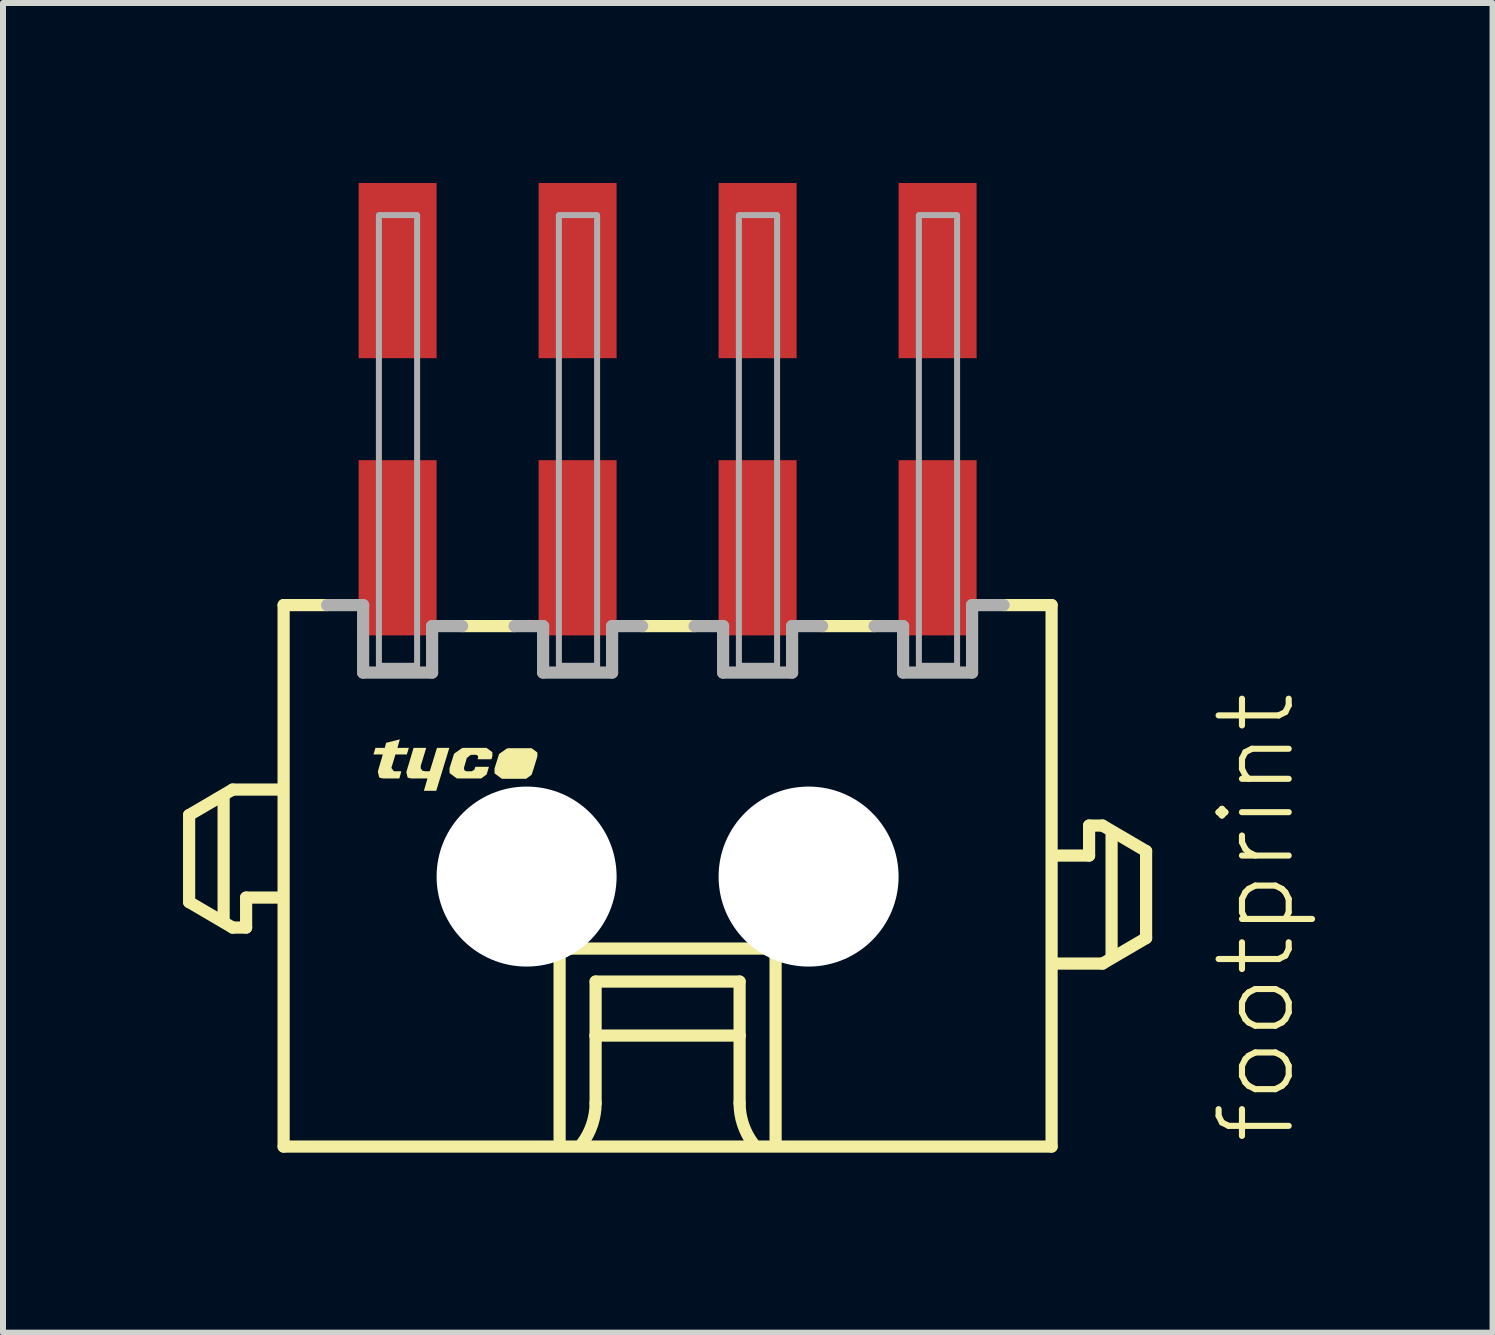
<source format=kicad_pcb>
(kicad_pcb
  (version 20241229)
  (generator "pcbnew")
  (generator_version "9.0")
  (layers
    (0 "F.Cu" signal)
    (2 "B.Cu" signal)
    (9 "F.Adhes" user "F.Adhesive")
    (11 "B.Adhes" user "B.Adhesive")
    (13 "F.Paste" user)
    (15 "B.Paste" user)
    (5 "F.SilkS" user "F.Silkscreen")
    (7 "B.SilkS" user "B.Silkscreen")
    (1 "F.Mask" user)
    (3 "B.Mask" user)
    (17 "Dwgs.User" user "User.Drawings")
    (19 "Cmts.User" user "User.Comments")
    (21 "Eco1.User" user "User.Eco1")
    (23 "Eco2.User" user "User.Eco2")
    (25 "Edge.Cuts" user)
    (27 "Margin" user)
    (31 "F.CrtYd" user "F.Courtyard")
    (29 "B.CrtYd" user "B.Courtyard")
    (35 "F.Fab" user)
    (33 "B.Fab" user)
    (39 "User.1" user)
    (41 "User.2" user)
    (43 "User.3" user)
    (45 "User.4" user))
  (footprint "footprint"
    (layer "F.Cu")
    (at 8.077 11.56)
    (property "Reference" "footprint" (at 10.5 4.5 90) (layer "F.SilkS") (effects (font (size 1.168 1.168) (thickness 0.102)) (justify left bottom)))
    (fp_line (start -7.975 -1.025) (end -7.975 0.425) (stroke (width 0.203) (type solid)) (layer "F.SilkS"))
    (fp_line (start -7.975 0.425) (end -7.25 0.85) (stroke (width 0.203) (type solid)) (layer "F.SilkS"))
    (fp_line (start -7.4 0.7) (end -7.4 -1.3) (stroke (width 0.203) (type solid)) (layer "F.SilkS"))
    (fp_line (start -7.25 -1.45) (end -7.975 -1.025) (stroke (width 0.203) (type solid)) (layer "F.SilkS"))
    (fp_line (start -7.25 0.85) (end -7.025 0.85) (stroke (width 0.203) (type solid)) (layer "F.SilkS"))
    (fp_line (start -7.025 0.35) (end -6.5 0.35) (stroke (width 0.203) (type solid)) (layer "F.SilkS"))
    (fp_line (start -7.025 0.85) (end -7.025 0.35) (stroke (width 0.203) (type solid)) (layer "F.SilkS"))
    (fp_line (start -6.5 -1.45) (end -7.25 -1.45) (stroke (width 0.203) (type solid)) (layer "F.SilkS"))
    (fp_line (start -6.4 -4.525) (end -6.4 4.5) (stroke (width 0.203) (type solid)) (layer "F.SilkS"))
    (fp_line (start -6.4 -4.525) (end -5.675 -4.525) (stroke (width 0.203) (type solid)) (layer "F.SilkS"))
    (fp_line (start -6.4 4.5) (end 6.4 4.5) (stroke (width 0.203) (type solid)) (layer "F.SilkS"))
    (fp_line (start -2.55 -4.175) (end -3.425 -4.175) (stroke (width 0.203) (type solid)) (layer "F.SilkS"))
    (fp_line (start -1.8 1.2) (end 1.8 1.2) (stroke (width 0.203) (type solid)) (layer "F.SilkS"))
    (fp_line (start -1.8 4.4) (end -1.8 1.2) (stroke (width 0.203) (type solid)) (layer "F.SilkS"))
    (fp_line (start -1.2 1.75) (end -1.2 2.65) (stroke (width 0.203) (type solid)) (layer "F.SilkS"))
    (fp_line (start -1.2 2.65) (end -1.2 3.775) (stroke (width 0.203) (type solid)) (layer "F.SilkS"))
    (fp_line (start -1.2 2.65) (end 1.2 2.65) (stroke (width 0.203) (type solid)) (layer "F.SilkS"))
    (fp_line (start 0.45 -4.175) (end -0.425 -4.175) (stroke (width 0.203) (type solid)) (layer "F.SilkS"))
    (fp_line (start 1.2 1.75) (end -1.2 1.75) (stroke (width 0.203) (type solid)) (layer "F.SilkS"))
    (fp_line (start 1.2 2.65) (end 1.2 1.75) (stroke (width 0.203) (type solid)) (layer "F.SilkS"))
    (fp_line (start 1.2 2.65) (end 1.2 3.775) (stroke (width 0.203) (type solid)) (layer "F.SilkS"))
    (fp_line (start 1.8 1.2) (end 1.8 4.4) (stroke (width 0.203) (type solid)) (layer "F.SilkS"))
    (fp_line (start 3.45 -4.175) (end 2.575 -4.175) (stroke (width 0.203) (type solid)) (layer "F.SilkS"))
    (fp_line (start 6.4 -4.525) (end 5.6 -4.525) (stroke (width 0.203) (type solid)) (layer "F.SilkS"))
    (fp_line (start 6.4 4.5) (end 6.4 -4.525) (stroke (width 0.203) (type solid)) (layer "F.SilkS"))
    (fp_line (start 6.5 1.45) (end 7.25 1.45) (stroke (width 0.203) (type solid)) (layer "F.SilkS"))
    (fp_line (start 7.025 -0.85) (end 7.025 -0.35) (stroke (width 0.203) (type solid)) (layer "F.SilkS"))
    (fp_line (start 7.025 -0.35) (end 6.5 -0.35) (stroke (width 0.203) (type solid)) (layer "F.SilkS"))
    (fp_line (start 7.25 -0.85) (end 7.025 -0.85) (stroke (width 0.203) (type solid)) (layer "F.SilkS"))
    (fp_line (start 7.25 1.45) (end 7.975 1.025) (stroke (width 0.203) (type solid)) (layer "F.SilkS"))
    (fp_line (start 7.4 1.3) (end 7.4 -0.7) (stroke (width 0.203) (type solid)) (layer "F.SilkS"))
    (fp_line (start 7.975 -0.425) (end 7.25 -0.85) (stroke (width 0.203) (type solid)) (layer "F.SilkS"))
    (fp_line (start 7.975 1.025) (end 7.975 -0.425) (stroke (width 0.203) (type solid)) (layer "F.SilkS"))
    (fp_arc (start -1.2 3.775) (mid -1.257731 4.130756) (end -1.425 4.449999) (stroke (width 0.2032) (type solid)) (layer "F.SilkS"))
    (fp_arc (start 1.425 4.449999) (mid 1.257732 4.130756) (end 1.2 3.775) (stroke (width 0.2032) (type solid)) (layer "F.SilkS"))
    (fp_poly (pts (xy -4.115 -1.844) (xy -4.113 -1.799) (xy -4.085 -1.764) (xy -4.039 -1.755) (xy -3.964 -1.755) (xy -3.844 -2.145) (xy -3.638 -2.145) (xy -3.856 -1.43) (xy -4.062 -1.43) (xy -4.002 -1.635) (xy -4.28 -1.635) (xy -4.28 -1.645) (xy -4.285 -1.645) (xy -4.285 -1.64) (xy -4.287 -1.635) (xy -4.333 -1.651) (xy -4.355 -1.74) (xy -4.234 -2.145) (xy -4.023 -2.145)) (stroke (width 0) (type solid)) (fill yes) (layer "F.SilkS"))
    (fp_poly (pts (xy -4.503 -2.145) (xy -4.313 -2.145) (xy -4.346 -2.035) (xy -4.536 -2.035) (xy -4.604 -1.811) (xy -4.562 -1.755) (xy -4.438 -1.755) (xy -4.471 -1.635) (xy -4.75 -1.635) (xy -4.75 -1.645) (xy -4.755 -1.645) (xy -4.755 -1.64) (xy -4.757 -1.635) (xy -4.807 -1.653) (xy -4.83 -1.75) (xy -4.747 -2.035) (xy -4.902 -2.035) (xy -4.869 -2.145) (xy -4.714 -2.145) (xy -4.692 -2.229) (xy -4.463 -2.287)) (stroke (width 0) (type solid)) (fill yes) (layer "F.SilkS"))
    (fp_poly (pts (xy -2.171 -2.069) (xy -2.17 -2.005) (xy -2.17 -2.004) (xy -2.223 -1.83) (xy -2.223 -1.83) (xy -2.225 -1.823) (xy -2.226 -1.82) (xy -2.226 -1.82) (xy -2.266 -1.697) (xy -2.358 -1.63) (xy -2.762 -1.63) (xy -2.884 -1.72) (xy -2.885 -1.8) (xy -2.885 -1.801) (xy -2.809 -2.043) (xy -2.673 -2.139) (xy -2.67 -2.135) (xy -2.67 -2.13) (xy -2.665 -2.13) (xy -2.665 -2.14) (xy -2.268 -2.14)) (stroke (width 0) (type solid)) (fill yes) (layer "F.SilkS"))
    (fp_poly (pts (xy -2.921 -2.074) (xy -2.92 -2.01) (xy -2.92 -2.009) (xy -2.936 -1.955) (xy -3.167 -1.955) (xy -3.16 -1.976) (xy -3.158 -2.001) (xy -3.172 -2.022) (xy -3.196 -2.03) (xy -3.278 -2.03) (xy -3.346 -1.977) (xy -3.395 -1.81) (xy -3.388 -1.772) (xy -3.354 -1.755) (xy -3.262 -1.755) (xy -3.219 -1.783) (xy -3.204 -1.83) (xy -2.978 -1.83) (xy -3.016 -1.702) (xy -3.108 -1.635) (xy -3.512 -1.635) (xy -3.634 -1.725) (xy -3.635 -1.805) (xy -3.635 -1.806) (xy -3.559 -2.048) (xy -3.423 -2.144) (xy -3.42 -2.14) (xy -3.42 -2.135) (xy -3.415 -2.135) (xy -3.415 -2.145) (xy -3.018 -2.145)) (stroke (width 0) (type solid)) (fill yes) (layer "F.SilkS"))
    (fp_line (start -5.075 -4.525) (end -5.675 -4.525) (stroke (width 0.203) (type solid)) (layer "F.Fab"))
    (fp_line (start -5.075 -3.4) (end -5.075 -4.525) (stroke (width 0.203) (type solid)) (layer "F.Fab"))
    (fp_line (start -3.925 -4.175) (end -3.925 -3.4) (stroke (width 0.203) (type solid)) (layer "F.Fab"))
    (fp_line (start -3.925 -3.4) (end -5.075 -3.4) (stroke (width 0.203) (type solid)) (layer "F.Fab"))
    (fp_line (start -3.425 -4.175) (end -3.925 -4.175) (stroke (width 0.203) (type solid)) (layer "F.Fab"))
    (fp_line (start -2.075 -4.175) (end -2.55 -4.175) (stroke (width 0.203) (type solid)) (layer "F.Fab"))
    (fp_line (start -2.075 -3.4) (end -2.075 -4.175) (stroke (width 0.203) (type solid)) (layer "F.Fab"))
    (fp_line (start -0.925 -4.175) (end -0.925 -3.4) (stroke (width 0.203) (type solid)) (layer "F.Fab"))
    (fp_line (start -0.925 -3.4) (end -2.075 -3.4) (stroke (width 0.203) (type solid)) (layer "F.Fab"))
    (fp_line (start -0.425 -4.175) (end -0.925 -4.175) (stroke (width 0.203) (type solid)) (layer "F.Fab"))
    (fp_line (start 0.925 -4.175) (end 0.45 -4.175) (stroke (width 0.203) (type solid)) (layer "F.Fab"))
    (fp_line (start 0.925 -3.4) (end 0.925 -4.175) (stroke (width 0.203) (type solid)) (layer "F.Fab"))
    (fp_line (start 2.075 -4.175) (end 2.075 -3.4) (stroke (width 0.203) (type solid)) (layer "F.Fab"))
    (fp_line (start 2.075 -3.4) (end 0.925 -3.4) (stroke (width 0.203) (type solid)) (layer "F.Fab"))
    (fp_line (start 2.575 -4.175) (end 2.075 -4.175) (stroke (width 0.203) (type solid)) (layer "F.Fab"))
    (fp_line (start 3.925 -4.175) (end 3.45 -4.175) (stroke (width 0.203) (type solid)) (layer "F.Fab"))
    (fp_line (start 3.925 -3.4) (end 3.925 -4.175) (stroke (width 0.203) (type solid)) (layer "F.Fab"))
    (fp_line (start 5.075 -4.525) (end 5.075 -3.4) (stroke (width 0.203) (type solid)) (layer "F.Fab"))
    (fp_line (start 5.075 -3.4) (end 3.925 -3.4) (stroke (width 0.203) (type solid)) (layer "F.Fab"))
    (fp_line (start 5.6 -4.525) (end 5.075 -4.525) (stroke (width 0.203) (type solid)) (layer "F.Fab"))
    (fp_poly (pts (xy -4.812 -3.513) (xy -4.175 -3.513) (xy -4.175 -11.025) (xy -4.812 -11.025)) (stroke (width 0.1) (type solid)) (fill no) (layer "F.Fab"))
    (fp_poly (pts (xy -1.812 -3.513) (xy -1.175 -3.513) (xy -1.175 -11.025) (xy -1.812 -11.025)) (stroke (width 0.1) (type solid)) (fill no) (layer "F.Fab"))
    (fp_poly (pts (xy 1.188 -3.513) (xy 1.825 -3.513) (xy 1.825 -11.025) (xy 1.188 -11.025)) (stroke (width 0.1) (type solid)) (fill no) (layer "F.Fab"))
    (fp_poly (pts (xy 4.188 -3.513) (xy 4.825 -3.513) (xy 4.825 -11.025) (xy 4.188 -11.025)) (stroke (width 0.1) (type solid)) (fill no) (layer "F.Fab"))
    (pad "" np_thru_hole circle (at -2.35 0) (size 3 3) (drill 3) (layers "*.Cu" "*.Mask"))
    (pad "" np_thru_hole circle (at 2.35 0) (size 3 3) (drill 3) (layers "*.Cu" "*.Mask"))
    (pad "1" smd rect (at 4.5 -10.1) (size 1.3 2.92) (layers "F.Cu" "F.Mask" "F.Paste"))
    (pad "2" smd rect (at 4.5 -5.48) (size 1.3 2.92) (layers "F.Cu" "F.Mask" "F.Paste"))
    (pad "3" smd rect (at 1.5 -10.1) (size 1.3 2.92) (layers "F.Cu" "F.Mask" "F.Paste"))
    (pad "4" smd rect (at 1.5 -5.48) (size 1.3 2.92) (layers "F.Cu" "F.Mask" "F.Paste"))
    (pad "5" smd rect (at -1.5 -10.1) (size 1.3 2.92) (layers "F.Cu" "F.Mask" "F.Paste"))
    (pad "6" smd rect (at -1.5 -5.48) (size 1.3 2.92) (layers "F.Cu" "F.Mask" "F.Paste"))
    (pad "7" smd rect (at -4.5 -10.1) (size 1.3 2.92) (layers "F.Cu" "F.Mask" "F.Paste"))
    (pad "8" smd rect (at -4.5 -5.48) (size 1.3 2.92) (layers "F.Cu" "F.Mask" "F.Paste")))
  (gr_rect
    (start -3 -3)
    (end 21.827 19.162)
    (stroke (width 0.1) (type default))
    (fill no)
    (layer "Edge.Cuts")))
</source>
